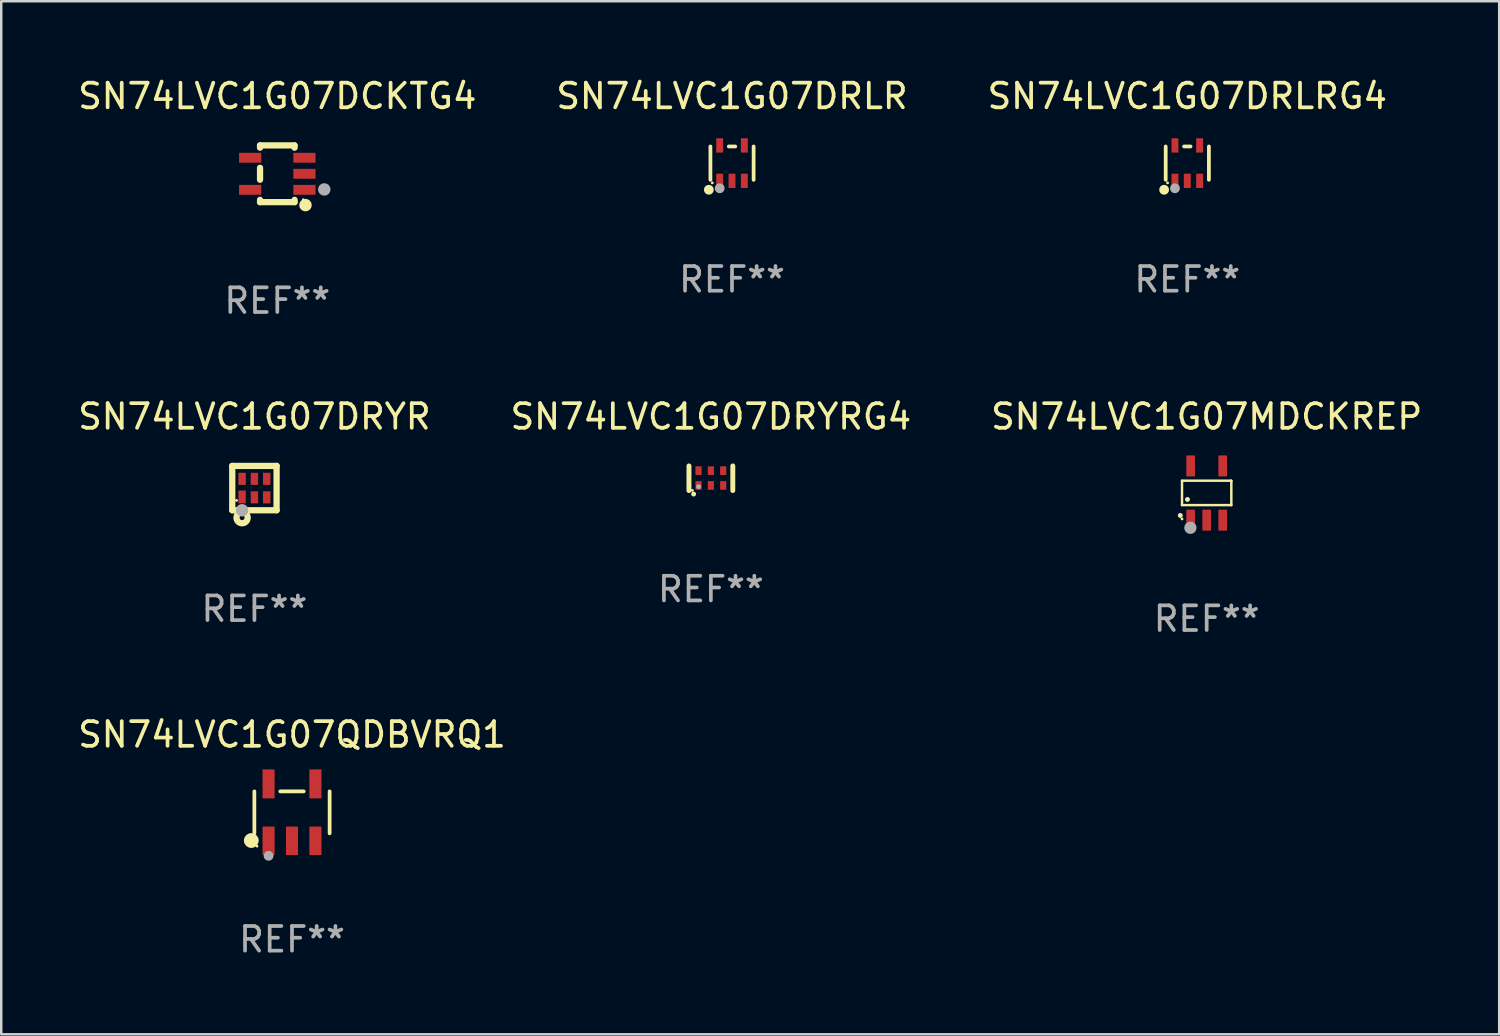
<source format=kicad_pcb>
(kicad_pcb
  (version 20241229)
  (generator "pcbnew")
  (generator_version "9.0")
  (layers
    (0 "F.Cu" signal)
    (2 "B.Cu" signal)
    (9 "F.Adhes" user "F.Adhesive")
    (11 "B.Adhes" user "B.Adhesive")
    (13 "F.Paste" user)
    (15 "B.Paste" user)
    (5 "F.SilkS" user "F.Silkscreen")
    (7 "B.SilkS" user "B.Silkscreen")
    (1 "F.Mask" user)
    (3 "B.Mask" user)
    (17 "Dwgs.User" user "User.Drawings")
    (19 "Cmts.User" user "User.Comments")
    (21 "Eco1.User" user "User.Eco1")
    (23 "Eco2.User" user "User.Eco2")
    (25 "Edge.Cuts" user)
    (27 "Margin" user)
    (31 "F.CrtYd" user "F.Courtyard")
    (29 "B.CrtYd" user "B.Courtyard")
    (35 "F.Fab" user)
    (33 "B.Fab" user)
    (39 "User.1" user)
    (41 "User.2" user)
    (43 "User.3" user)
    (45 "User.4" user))
  (footprint "SN74LVC1G07DRLR"
    (layer "F.Cu")
    (at 26.637 3.566)
    (property "Reference" "SN74LVC1G07DRLR" (at 0 -2.718 0) (layer "F.SilkS") (effects (font (size 1 1) (thickness 0.15))))
    (attr through_hole)
    (fp_line (start -0.876 0.676) (end -0.876 -0.676) (stroke (width 0.152) (type solid)) (layer "F.SilkS"))
    (fp_line (start 0.131 -0.676) (end -0.131 -0.676) (stroke (width 0.152) (type solid)) (layer "F.SilkS"))
    (fp_line (start 0.876 0.676) (end 0.876 -0.676) (stroke (width 0.152) (type solid)) (layer "F.SilkS"))
    (fp_circle (center -0.94 1.08) (end -0.84 1.08) (stroke (width 0.2) (type solid)) (fill no) (layer "F.SilkS"))
    (fp_circle (center -0.8 0.8) (end -0.77 0.8) (stroke (width 0.06) (type solid)) (fill no) (layer "F.SilkS"))
    (fp_circle (center -0.5 1.02) (end -0.4 1.02) (stroke (width 0.2) (type solid)) (fill no) (layer "F.Fab"))
    (fp_text user "REF**" (at 0 4.718 0) (layer "F.Fab") (effects (font (size 1 1) (thickness 0.15))))
    (pad "1" smd rect (at -0.5 0.718) (size 0.28 0.58) (layers "F.Cu" "F.Mask" "F.Paste"))
    (pad "2" smd rect (at -0.000102 0.718) (size 0.28 0.58) (layers "F.Cu" "F.Mask" "F.Paste"))
    (pad "3" smd rect (at 0.5 0.718) (size 0.28 0.58) (layers "F.Cu" "F.Mask" "F.Paste"))
    (pad "4" smd rect (at 0.5 -0.718) (size 0.28 0.58) (layers "F.Cu" "F.Mask" "F.Paste"))
    (pad "5" smd rect (at -0.5 -0.718) (size 0.28 0.58) (layers "F.Cu" "F.Mask" "F.Paste")))
  (footprint "SN74LVC1G07DRYR"
    (layer "F.Cu")
    (at 7.268 16.744)
    (property "Reference" "SN74LVC1G07DRYR" (at 0 -2.899 0) (layer "F.SilkS") (effects (font (size 1 1) (thickness 0.15))))
    (attr through_hole)
    (fp_line (start -0.899 -0.899) (end 0.899 -0.899) (stroke (width 0.254) (type solid)) (layer "F.SilkS"))
    (fp_line (start -0.899 0.899) (end -0.899 -0.899) (stroke (width 0.254) (type solid)) (layer "F.SilkS"))
    (fp_line (start 0.899 -0.899) (end 0.899 0.899) (stroke (width 0.254) (type solid)) (layer "F.SilkS"))
    (fp_line (start 0.899 0.899) (end -0.899 0.899) (stroke (width 0.254) (type solid)) (layer "F.SilkS"))
    (fp_circle (center -0.725 0.5) (end -0.695 0.5) (stroke (width 0.06) (type solid)) (fill no) (layer "F.SilkS"))
    (fp_circle (center -0.5 1.2) (end -0.4 1.2) (stroke (width 0.254) (type solid)) (fill no) (layer "F.SilkS"))
    (fp_circle (center -0.5 0.9) (end -0.373 0.9) (stroke (width 0.254) (type solid)) (fill no) (layer "F.Fab"))
    (fp_text user "REF**" (at 0 4.899 0) (layer "F.Fab") (effects (font (size 1 1) (thickness 0.15))))
    (pad "1" smd rect (at -0.5 0.36 90) (size 0.52 0.3) (layers "F.Cu" "F.Mask" "F.Paste"))
    (pad "2" smd rect (at 0 0.375 90) (size 0.49 0.3) (layers "F.Cu" "F.Mask" "F.Paste"))
    (pad "3" smd rect (at 0.5 0.375 90) (size 0.49 0.3) (layers "F.Cu" "F.Mask" "F.Paste"))
    (pad "4" smd rect (at 0.5 -0.375 90) (size 0.49 0.3) (layers "F.Cu" "F.Mask" "F.Paste"))
    (pad "5" smd rect (at 0 -0.375 90) (size 0.49 0.3) (layers "F.Cu" "F.Mask" "F.Paste"))
    (pad "6" smd rect (at -0.5 -0.375 90) (size 0.49 0.3) (layers "F.Cu" "F.Mask" "F.Paste")))
  (footprint "SN74LVC1G07DCKTG4"
    (layer "F.Cu")
    (at 8.196 3.998)
    (property "Reference" "SN74LVC1G07DCKTG4" (at 0 -3.15 0) (layer "F.SilkS") (effects (font (size 1 1) (thickness 0.15))))
    (attr through_hole)
    (fp_line (start -0.7 -1.15) (end 0.7 -1.15) (stroke (width 0.254) (type solid)) (layer "F.SilkS"))
    (fp_line (start -0.7 -1.058) (end -0.7 -1.15) (stroke (width 0.254) (type solid)) (layer "F.SilkS"))
    (fp_line (start -0.7 0.242) (end -0.7 -0.242) (stroke (width 0.254) (type solid)) (layer "F.SilkS"))
    (fp_line (start -0.7 1.15) (end -0.7 1.058) (stroke (width 0.254) (type solid)) (layer "F.SilkS"))
    (fp_line (start -0.7 1.15) (end 0.7 1.15) (stroke (width 0.254) (type solid)) (layer "F.SilkS"))
    (fp_line (start 0.7 -1.058) (end 0.7 -1.15) (stroke (width 0.254) (type solid)) (layer "F.SilkS"))
    (fp_line (start 0.7 1.15) (end 0.7 1.058) (stroke (width 0.254) (type solid)) (layer "F.SilkS"))
    (fp_circle (center 1.053 1.052) (end 1.083 1.052) (stroke (width 0.06) (type solid)) (fill no) (layer "F.SilkS"))
    (fp_circle (center 1.143 1.27) (end 1.27 1.27) (stroke (width 0.254) (type solid)) (fill no) (layer "F.SilkS"))
    (fp_circle (center 1.905 0.635) (end 2.032 0.635) (stroke (width 0.254) (type solid)) (fill no) (layer "F.Fab"))
    (fp_text user "REF**" (at 0 5.15 0) (layer "F.Fab") (effects (font (size 1 1) (thickness 0.15))))
    (pad "1" smd rect (at 1.1 0.65 90) (size 0.4 0.9) (layers "F.Cu" "F.Mask" "F.Paste"))
    (pad "2" smd rect (at 1.1 0.000076 90) (size 0.4 0.9) (layers "F.Cu" "F.Mask" "F.Paste"))
    (pad "3" smd rect (at 1.1 -0.65 90) (size 0.4 0.9) (layers "F.Cu" "F.Mask" "F.Paste"))
    (pad "4" smd rect (at -1.1 -0.65 90) (size 0.4 0.9) (layers "F.Cu" "F.Mask" "F.Paste"))
    (pad "5" smd rect (at -1.1 0.65 90) (size 0.4 0.9) (layers "F.Cu" "F.Mask" "F.Paste")))
  (footprint "SN74LVC1G07QDBVRQ1"
    (layer "F.Cu")
    (at 8.792 29.895)
    (property "Reference" "SN74LVC1G07QDBVRQ1" (at 0 -3.154 0) (layer "F.SilkS") (effects (font (size 1 1) (thickness 0.15))))
    (attr through_hole)
    (fp_line (start -1.526 0.851) (end -1.526 -0.851) (stroke (width 0.152) (type solid)) (layer "F.SilkS"))
    (fp_line (start 0.476 -0.851) (end -0.476 -0.851) (stroke (width 0.152) (type solid)) (layer "F.SilkS"))
    (fp_line (start 1.526 0.851) (end 1.526 -0.851) (stroke (width 0.152) (type solid)) (layer "F.SilkS"))
    (fp_circle (center -1.651 1.143) (end -1.501 1.143) (stroke (width 0.3) (type solid)) (fill no) (layer "F.SilkS"))
    (fp_circle (center -1.42 1.37) (end -1.39 1.37) (stroke (width 0.06) (type solid)) (fill no) (layer "F.SilkS"))
    (fp_circle (center -0.95 1.763) (end -0.85 1.763) (stroke (width 0.2) (type solid)) (fill no) (layer "F.Fab"))
    (fp_text user "REF**" (at 0 5.154 0) (layer "F.Fab") (effects (font (size 1 1) (thickness 0.15))))
    (pad "1" smd rect (at -0.95 1.154) (size 0.49 1.157) (layers "F.Cu" "F.Mask" "F.Paste"))
    (pad "2" smd rect (at 0 1.154) (size 0.49 1.157) (layers "F.Cu" "F.Mask" "F.Paste"))
    (pad "3" smd rect (at 0.95 1.154) (size 0.49 1.157) (layers "F.Cu" "F.Mask" "F.Paste"))
    (pad "4" smd rect (at 0.95 -1.154) (size 0.49 1.175) (layers "F.Cu" "F.Mask" "F.Paste"))
    (pad "5" smd rect (at -0.95 -1.154) (size 0.49 1.175) (layers "F.Cu" "F.Mask" "F.Paste")))
  (footprint "SN74LVC1G07DRYRG4"
    (layer "F.Cu")
    (at 25.78 16.345)
    (property "Reference" "SN74LVC1G07DRYRG4" (at 0 -2.5 0) (layer "F.SilkS") (effects (font (size 1 1) (thickness 0.15))))
    (attr through_hole)
    (fp_line (start -0.889 0.5) (end -0.889 -0.5) (stroke (width 0.2) (type solid)) (layer "F.SilkS"))
    (fp_line (start 0.889 0.5) (end 0.889 -0.5) (stroke (width 0.2) (type solid)) (layer "F.SilkS"))
    (fp_circle (center -0.75 0.492) (end -0.72 0.492) (stroke (width 0.06) (type solid)) (fill no) (layer "F.SilkS"))
    (fp_circle (center -0.7 0.642) (end -0.65 0.642) (stroke (width 0.1) (type solid)) (fill no) (layer "F.SilkS"))
    (fp_circle (center -0.5 0.342) (end -0.45 0.342) (stroke (width 0.1) (type solid)) (fill no) (layer "F.Fab"))
    (fp_text user "REF**" (at 0 4.5 0) (layer "F.Fab") (effects (font (size 1 1) (thickness 0.15))))
    (pad "1" smd rect (at -0.5 0.292) (size 0.25 0.35) (layers "F.Cu" "F.Mask" "F.Paste"))
    (pad "2" smd rect (at -0.000102 0.292) (size 0.25 0.35) (layers "F.Cu" "F.Mask" "F.Paste"))
    (pad "3" smd rect (at 0.5 0.292) (size 0.25 0.35) (layers "F.Cu" "F.Mask" "F.Paste"))
    (pad "4" smd rect (at 0.5 -0.308 180) (size 0.25 0.35) (layers "F.Cu" "F.Mask" "F.Paste"))
    (pad "5" smd rect (at -0.000102 -0.308 180) (size 0.25 0.35) (layers "F.Cu" "F.Mask" "F.Paste"))
    (pad "6" smd rect (at -0.5 -0.308 180) (size 0.25 0.35) (layers "F.Cu" "F.Mask" "F.Paste")))
  (footprint "SN74LVC1G07MDCKREP"
    (layer "F.Cu")
    (at 45.887 16.945)
    (property "Reference" "SN74LVC1G07MDCKREP" (at 0 -3.1 0) (layer "F.SilkS") (effects (font (size 1 1) (thickness 0.15))))
    (attr through_hole)
    (fp_line (start -1 -0.5) (end -1 0.49) (stroke (width 0.1) (type solid)) (layer "F.SilkS"))
    (fp_line (start -1 0.49) (end 1 0.49) (stroke (width 0.1) (type solid)) (layer "F.SilkS"))
    (fp_line (start 0.99 -0.5) (end -1 -0.5) (stroke (width 0.1) (type solid)) (layer "F.SilkS"))
    (fp_line (start 1 -0.49) (end 0.99 -0.5) (stroke (width 0.1) (type solid)) (layer "F.SilkS"))
    (fp_line (start 1 0.49) (end 1 -0.49) (stroke (width 0.1) (type solid)) (layer "F.SilkS"))
    (fp_circle (center -1.07 0.91) (end -1.02 0.91) (stroke (width 0.1) (type solid)) (fill no) (layer "F.SilkS"))
    (fp_circle (center -1 1.05) (end -0.97 1.05) (stroke (width 0.06) (type solid)) (fill no) (layer "F.SilkS"))
    (fp_circle (center -0.78 0.26) (end -0.73 0.26) (stroke (width 0.1) (type solid)) (fill no) (layer "F.SilkS"))
    (fp_circle (center -0.66 1.41) (end -0.535 1.41) (stroke (width 0.25) (type solid)) (fill no) (layer "F.Fab"))
    (fp_text user "REF**" (at 0 5.1 0) (layer "F.Fab") (effects (font (size 1 1) (thickness 0.15))))
    (pad "1" smd rect (at -0.65 1.1) (size 0.35 0.85) (layers "F.Cu" "F.Mask" "F.Paste"))
    (pad "2" smd rect (at 0.000051 1.1) (size 0.35 0.85) (layers "F.Cu" "F.Mask" "F.Paste"))
    (pad "3" smd rect (at 0.65 1.1) (size 0.35 0.85) (layers "F.Cu" "F.Mask" "F.Paste"))
    (pad "4" smd rect (at 0.65 -1.1) (size 0.35 0.85) (layers "F.Cu" "F.Mask" "F.Paste"))
    (pad "5" smd rect (at -0.65 -1.1) (size 0.35 0.85) (layers "F.Cu" "F.Mask" "F.Paste")))
  (footprint "SN74LVC1G07DRLRG4"
    (layer "F.Cu")
    (at 45.101 3.566)
    (property "Reference" "SN74LVC1G07DRLRG4" (at 0 -2.718 0) (layer "F.SilkS") (effects (font (size 1 1) (thickness 0.15))))
    (attr through_hole)
    (fp_line (start -0.876 0.676) (end -0.876 -0.676) (stroke (width 0.152) (type solid)) (layer "F.SilkS"))
    (fp_line (start 0.131 -0.676) (end -0.131 -0.676) (stroke (width 0.152) (type solid)) (layer "F.SilkS"))
    (fp_line (start 0.876 0.676) (end 0.876 -0.676) (stroke (width 0.152) (type solid)) (layer "F.SilkS"))
    (fp_circle (center -0.94 1.08) (end -0.84 1.08) (stroke (width 0.2) (type solid)) (fill no) (layer "F.SilkS"))
    (fp_circle (center -0.8 0.8) (end -0.77 0.8) (stroke (width 0.06) (type solid)) (fill no) (layer "F.SilkS"))
    (fp_circle (center -0.5 1.02) (end -0.4 1.02) (stroke (width 0.2) (type solid)) (fill no) (layer "F.Fab"))
    (fp_text user "REF**" (at 0 4.718 0) (layer "F.Fab") (effects (font (size 1 1) (thickness 0.15))))
    (pad "1" smd rect (at -0.5 0.718) (size 0.28 0.58) (layers "F.Cu" "F.Mask" "F.Paste"))
    (pad "2" smd rect (at -0.000102 0.718) (size 0.28 0.58) (layers "F.Cu" "F.Mask" "F.Paste"))
    (pad "3" smd rect (at 0.5 0.718) (size 0.28 0.58) (layers "F.Cu" "F.Mask" "F.Paste"))
    (pad "4" smd rect (at 0.5 -0.718) (size 0.28 0.58) (layers "F.Cu" "F.Mask" "F.Paste"))
    (pad "5" smd rect (at -0.5 -0.718) (size 0.28 0.58) (layers "F.Cu" "F.Mask" "F.Paste")))
  (gr_rect
    (start -3 -3)
    (end 57.75 38.897)
    (stroke (width 0.1) (type default))
    (fill no)
    (layer "Edge.Cuts")))
</source>
